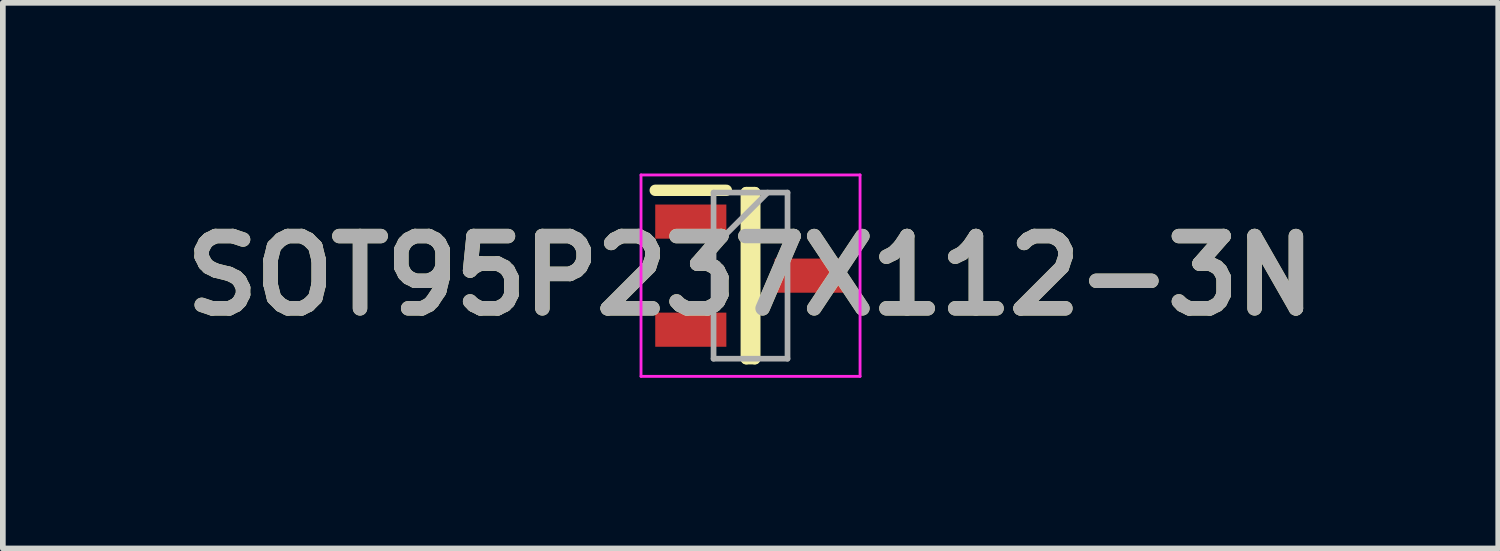
<source format=kicad_pcb>
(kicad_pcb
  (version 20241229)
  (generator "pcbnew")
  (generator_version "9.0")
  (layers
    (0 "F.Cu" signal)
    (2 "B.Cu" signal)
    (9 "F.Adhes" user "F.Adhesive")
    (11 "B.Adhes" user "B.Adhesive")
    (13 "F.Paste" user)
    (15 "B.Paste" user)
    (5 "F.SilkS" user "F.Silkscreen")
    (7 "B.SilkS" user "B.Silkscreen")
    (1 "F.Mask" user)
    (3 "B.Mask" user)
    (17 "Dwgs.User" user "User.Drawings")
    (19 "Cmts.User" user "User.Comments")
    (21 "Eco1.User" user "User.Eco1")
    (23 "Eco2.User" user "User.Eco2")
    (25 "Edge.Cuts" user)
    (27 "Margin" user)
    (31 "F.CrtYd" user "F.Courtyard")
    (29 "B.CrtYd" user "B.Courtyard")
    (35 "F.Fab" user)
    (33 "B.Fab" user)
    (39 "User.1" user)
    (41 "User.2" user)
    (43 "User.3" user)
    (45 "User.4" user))
  (footprint "SOT95P237X112-3N"
    (layer "F.Cu")
    (at 10.142 1.795)
    (property "Reference" "SOT95P237X112-3N" (at 0 0 0) (layer "F.SilkS") (effects (font (size 1.27 1.27) (thickness 0.254))))
    (attr smd)
    (fp_line (start -1.675 -1.5) (end -0.425 -1.5) (stroke (width 0.2) (type solid)) (layer "F.SilkS"))
    (fp_line (start -0.075 -1.46) (end 0.075 -1.46) (stroke (width 0.2) (type solid)) (layer "F.SilkS"))
    (fp_line (start -0.075 1.46) (end -0.075 -1.46) (stroke (width 0.2) (type solid)) (layer "F.SilkS"))
    (fp_line (start 0.075 -1.46) (end 0.075 1.46) (stroke (width 0.2) (type solid)) (layer "F.SilkS"))
    (fp_line (start 0.075 1.46) (end -0.075 1.46) (stroke (width 0.2) (type solid)) (layer "F.SilkS"))
    (fp_line (start -1.925 -1.77) (end 1.925 -1.77) (stroke (width 0.05) (type solid)) (layer "F.CrtYd"))
    (fp_line (start -1.925 1.77) (end -1.925 -1.77) (stroke (width 0.05) (type solid)) (layer "F.CrtYd"))
    (fp_line (start 1.925 -1.77) (end 1.925 1.77) (stroke (width 0.05) (type solid)) (layer "F.CrtYd"))
    (fp_line (start 1.925 1.77) (end -1.925 1.77) (stroke (width 0.05) (type solid)) (layer "F.CrtYd"))
    (fp_line (start -0.65 -1.46) (end 0.65 -1.46) (stroke (width 0.1) (type solid)) (layer "F.Fab"))
    (fp_line (start -0.65 -0.51) (end 0.3 -1.46) (stroke (width 0.1) (type solid)) (layer "F.Fab"))
    (fp_line (start -0.65 1.46) (end -0.65 -1.46) (stroke (width 0.1) (type solid)) (layer "F.Fab"))
    (fp_line (start 0.65 -1.46) (end 0.65 1.46) (stroke (width 0.1) (type solid)) (layer "F.Fab"))
    (fp_line (start 0.65 1.46) (end -0.65 1.46) (stroke (width 0.1) (type solid)) (layer "F.Fab"))
    (fp_text user "${REFERENCE}" (at 0 0 0) (layer "F.Fab") (effects (font (size 1.27 1.27) (thickness 0.254))))
    (pad "1" smd rect (at -1.05 -0.95 90) (size 0.6 1.25) (layers "F.Cu" "F.Mask" "F.Paste"))
    (pad "2" smd rect (at -1.05 0.95 90) (size 0.6 1.25) (layers "F.Cu" "F.Mask" "F.Paste"))
    (pad "3" smd rect (at 1.05 0 90) (size 0.6 1.25) (layers "F.Cu" "F.Mask" "F.Paste")))
  (gr_rect
    (start -3 -3)
    (end 23.284 6.59)
    (stroke (width 0.1) (type default))
    (fill no)
    (layer "Edge.Cuts")))
</source>
